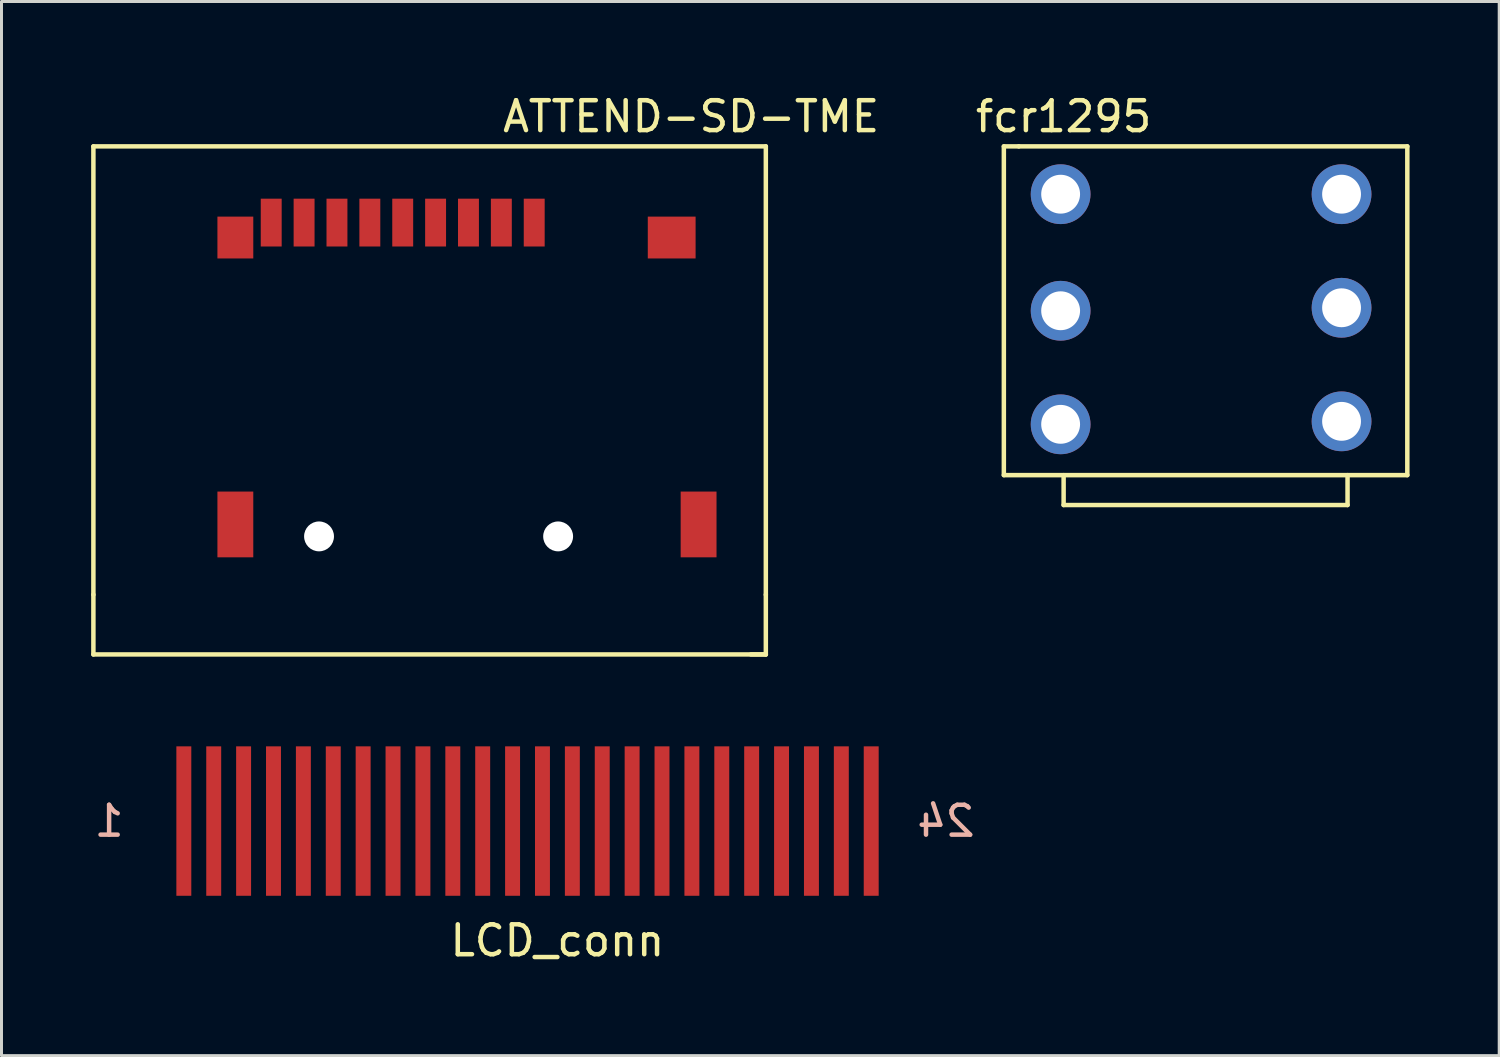
<source format=kicad_pcb>
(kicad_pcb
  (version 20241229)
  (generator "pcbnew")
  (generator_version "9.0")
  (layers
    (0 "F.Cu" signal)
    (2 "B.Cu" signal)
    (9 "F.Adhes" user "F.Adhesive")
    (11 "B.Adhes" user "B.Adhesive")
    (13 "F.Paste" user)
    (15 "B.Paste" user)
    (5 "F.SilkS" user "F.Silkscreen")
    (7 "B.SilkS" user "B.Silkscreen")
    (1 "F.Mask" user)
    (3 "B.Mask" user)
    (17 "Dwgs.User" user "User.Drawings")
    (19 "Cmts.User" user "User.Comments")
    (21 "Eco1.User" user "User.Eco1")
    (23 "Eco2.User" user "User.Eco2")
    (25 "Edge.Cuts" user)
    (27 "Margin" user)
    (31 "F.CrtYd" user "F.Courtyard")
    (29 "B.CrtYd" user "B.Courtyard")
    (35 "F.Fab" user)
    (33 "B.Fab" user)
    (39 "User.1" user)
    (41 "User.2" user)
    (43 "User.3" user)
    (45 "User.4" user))
  (footprint "ATTEND-SD-TME"
    (layer "F.Cu")
    (at 12.575 4.348)
    (property "Reference" "ATTEND-SD-TME" (at 7.5 -3.5 0) (layer "F.SilkS") (effects (font (size 1 1) (thickness 0.15))))
    (attr through_hole)
    (fp_line (start -12.5 -2.5) (end 10 -2.5) (stroke (width 0.15) (type solid)) (layer "F.SilkS"))
    (fp_line (start -12.5 12.5) (end -12.5 -2.5) (stroke (width 0.15) (type solid)) (layer "F.SilkS"))
    (fp_line (start -12.5 12.5) (end -12.5 14.5) (stroke (width 0.15) (type solid)) (layer "F.SilkS"))
    (fp_line (start 10 -2.5) (end 10 12.5) (stroke (width 0.15) (type solid)) (layer "F.SilkS"))
    (fp_line (start 10 12.5) (end 10 14.5) (stroke (width 0.15) (type solid)) (layer "F.SilkS"))
    (fp_line (start 10 14.5) (end -12.5 14.5) (stroke (width 0.15) (type solid)) (layer "F.SilkS"))
    (fp_line (start 10 14.5) (end 9.5 14.5) (stroke (width 0.15) (type solid)) (layer "F.SilkS"))
    (pad "" smd rect (at -7.75 0.55) (size 1.2 1.4) (layers "F.Cu" "F.Mask" "F.Paste"))
    (pad "" smd rect (at -7.75 10.15) (size 1.2 2.2) (layers "F.Cu" "F.Mask" "F.Paste"))
    (pad "" np_thru_hole circle (at -4.95 10.55) (size 1 1) (drill 1) (layers "*.Cu" "*.Mask"))
    (pad "" np_thru_hole circle (at 3.05 10.55) (size 1 1) (drill 1) (layers "*.Cu" "*.Mask"))
    (pad "" smd rect (at 6.85 0.55) (size 1.6 1.4) (layers "F.Cu" "F.Mask" "F.Paste"))
    (pad "" smd rect (at 7.75 10.15) (size 1.2 2.2) (layers "F.Cu" "F.Mask" "F.Paste"))
    (pad "1" smd rect (at 2.25 0.05) (size 0.7 1.6) (layers "F.Cu" "F.Mask" "F.Paste"))
    (pad "2" smd rect (at 1.15 0.05) (size 0.7 1.6) (layers "F.Cu" "F.Mask" "F.Paste"))
    (pad "3" smd rect (at 0.05 0.05) (size 0.7 1.6) (layers "F.Cu" "F.Mask" "F.Paste"))
    (pad "4" smd rect (at -1.05 0.05) (size 0.7 1.6) (layers "F.Cu" "F.Mask" "F.Paste"))
    (pad "5" smd rect (at -2.15 0.05) (size 0.7 1.6) (layers "F.Cu" "F.Mask" "F.Paste"))
    (pad "6" smd rect (at -3.25 0.05) (size 0.7 1.6) (layers "F.Cu" "F.Mask" "F.Paste"))
    (pad "7" smd rect (at -4.35 0.05) (size 0.7 1.6) (layers "F.Cu" "F.Mask" "F.Paste"))
    (pad "8" smd rect (at -5.45 0.05) (size 0.7 1.6) (layers "F.Cu" "F.Mask" "F.Paste"))
    (pad "9" smd rect (at -6.55 0.05) (size 0.7 1.6) (layers "F.Cu" "F.Mask" "F.Paste")))
  (footprint "fcr1295"
    (layer "F.Cu")
    (at 37.039 7.348)
    (property "Reference" "fcr1295" (at -4.5 -6.5 0) (layer "F.SilkS") (effects (font (size 1 1) (thickness 0.15))))
    (attr through_hole)
    (fp_line (start -6.5 -5.5) (end -6 -5.5) (stroke (width 0.15) (type solid)) (layer "F.SilkS"))
    (fp_line (start -6.5 5.5) (end -6.5 -5.5) (stroke (width 0.15) (type solid)) (layer "F.SilkS"))
    (fp_line (start -6 -5.5) (end 7 -5.5) (stroke (width 0.15) (type solid)) (layer "F.SilkS"))
    (fp_line (start -4.5 5.5) (end -4.5 6.5) (stroke (width 0.15) (type solid)) (layer "F.SilkS"))
    (fp_line (start -4.5 6.5) (end 5 6.5) (stroke (width 0.15) (type solid)) (layer "F.SilkS"))
    (fp_line (start 5 6.5) (end 5 5.5) (stroke (width 0.15) (type solid)) (layer "F.SilkS"))
    (fp_line (start 7 -5.5) (end 7 5.5) (stroke (width 0.15) (type solid)) (layer "F.SilkS"))
    (fp_line (start 7 5.5) (end -6.5 5.5) (stroke (width 0.15) (type solid)) (layer "F.SilkS"))
    (pad "1" thru_hole circle (at -4.6 -3.9) (size 2 2) (drill 1.3) (layers "*.Cu" "*.Mask"))
    (pad "2" thru_hole circle (at -4.6 0) (size 2 2) (drill 1.3) (layers "*.Cu" "*.Mask"))
    (pad "3" thru_hole circle (at -4.6 3.8) (size 2 2) (drill 1.3) (layers "*.Cu" "*.Mask"))
    (pad "4" thru_hole circle (at 4.8 3.7) (size 2 2) (drill 1.3) (layers "*.Cu" "*.Mask"))
    (pad "5" thru_hole circle (at 4.8 -0.1) (size 2 2) (drill 1.3) (layers "*.Cu" "*.Mask"))
    (pad "6" thru_hole circle (at 4.8 -3.9) (size 2 2) (drill 1.3) (layers "*.Cu" "*.Mask")))
  (footprint "LCD_conn"
    (layer "F.Cu")
    (at 15.101 24.923)
    (property "Reference" "LCD_conn" (at 0.5 3.5 0) (layer "F.SilkS") (effects (font (size 1 1) (thickness 0.15))))
    (attr through_hole)
    (fp_text user "24" (at 13.5 -0.5 0) (layer "B.SilkS") (effects (font (size 1 1) (thickness 0.15)) (justify mirror)))
    (fp_text user "1" (at -14.5 -0.5 0) (layer "B.SilkS") (effects (font (size 1 1) (thickness 0.15)) (justify mirror)))
    (pad "1" connect rect (at -12 -0.5) (size 0.5 5) (layers "F.Cu" "F.Mask"))
    (pad "2" connect rect (at -11 -0.5) (size 0.5 5) (layers "F.Cu" "F.Mask"))
    (pad "3" connect rect (at -10 -0.5) (size 0.5 5) (layers "F.Cu" "F.Mask"))
    (pad "4" connect rect (at -9 -0.5) (size 0.5 5) (layers "F.Cu" "F.Mask"))
    (pad "5" connect rect (at -8 -0.5) (size 0.5 5) (layers "F.Cu" "F.Mask"))
    (pad "6" connect rect (at -7 -0.5) (size 0.5 5) (layers "F.Cu" "F.Mask"))
    (pad "7" connect rect (at -6 -0.5) (size 0.5 5) (layers "F.Cu" "F.Mask"))
    (pad "8" connect rect (at -5 -0.5) (size 0.5 5) (layers "F.Cu" "F.Mask"))
    (pad "9" connect rect (at -4 -0.5) (size 0.5 5) (layers "F.Cu" "F.Mask"))
    (pad "10" connect rect (at -3 -0.5) (size 0.5 5) (layers "F.Cu" "F.Mask"))
    (pad "11" connect rect (at -2 -0.5) (size 0.5 5) (layers "F.Cu" "F.Mask"))
    (pad "12" connect rect (at -1 -0.5) (size 0.5 5) (layers "F.Cu" "F.Mask"))
    (pad "13" connect rect (at 0 -0.5) (size 0.5 5) (layers "F.Cu" "F.Mask"))
    (pad "14" connect rect (at 1 -0.5) (size 0.5 5) (layers "F.Cu" "F.Mask"))
    (pad "15" connect rect (at 2 -0.5) (size 0.5 5) (layers "F.Cu" "F.Mask"))
    (pad "16" connect rect (at 3 -0.5) (size 0.5 5) (layers "F.Cu" "F.Mask"))
    (pad "17" connect rect (at 4 -0.5) (size 0.5 5) (layers "F.Cu" "F.Mask"))
    (pad "18" connect rect (at 5 -0.5) (size 0.5 5) (layers "F.Cu" "F.Mask"))
    (pad "19" connect rect (at 6 -0.5) (size 0.5 5) (layers "F.Cu" "F.Mask"))
    (pad "20" connect rect (at 7 -0.5) (size 0.5 5) (layers "F.Cu" "F.Mask"))
    (pad "21" connect rect (at 8 -0.5) (size 0.5 5) (layers "F.Cu" "F.Mask"))
    (pad "22" connect rect (at 9 -0.5) (size 0.5 5) (layers "F.Cu" "F.Mask"))
    (pad "23" connect rect (at 10 -0.5) (size 0.5 5) (layers "F.Cu" "F.Mask"))
    (pad "24" connect rect (at 11 -0.5) (size 0.5 5) (layers "F.Cu" "F.Mask")))
  (gr_rect
    (start -3 -3)
    (end 47.114 32.272)
    (stroke (width 0.1) (type default))
    (fill no)
    (layer "Edge.Cuts")))
</source>
